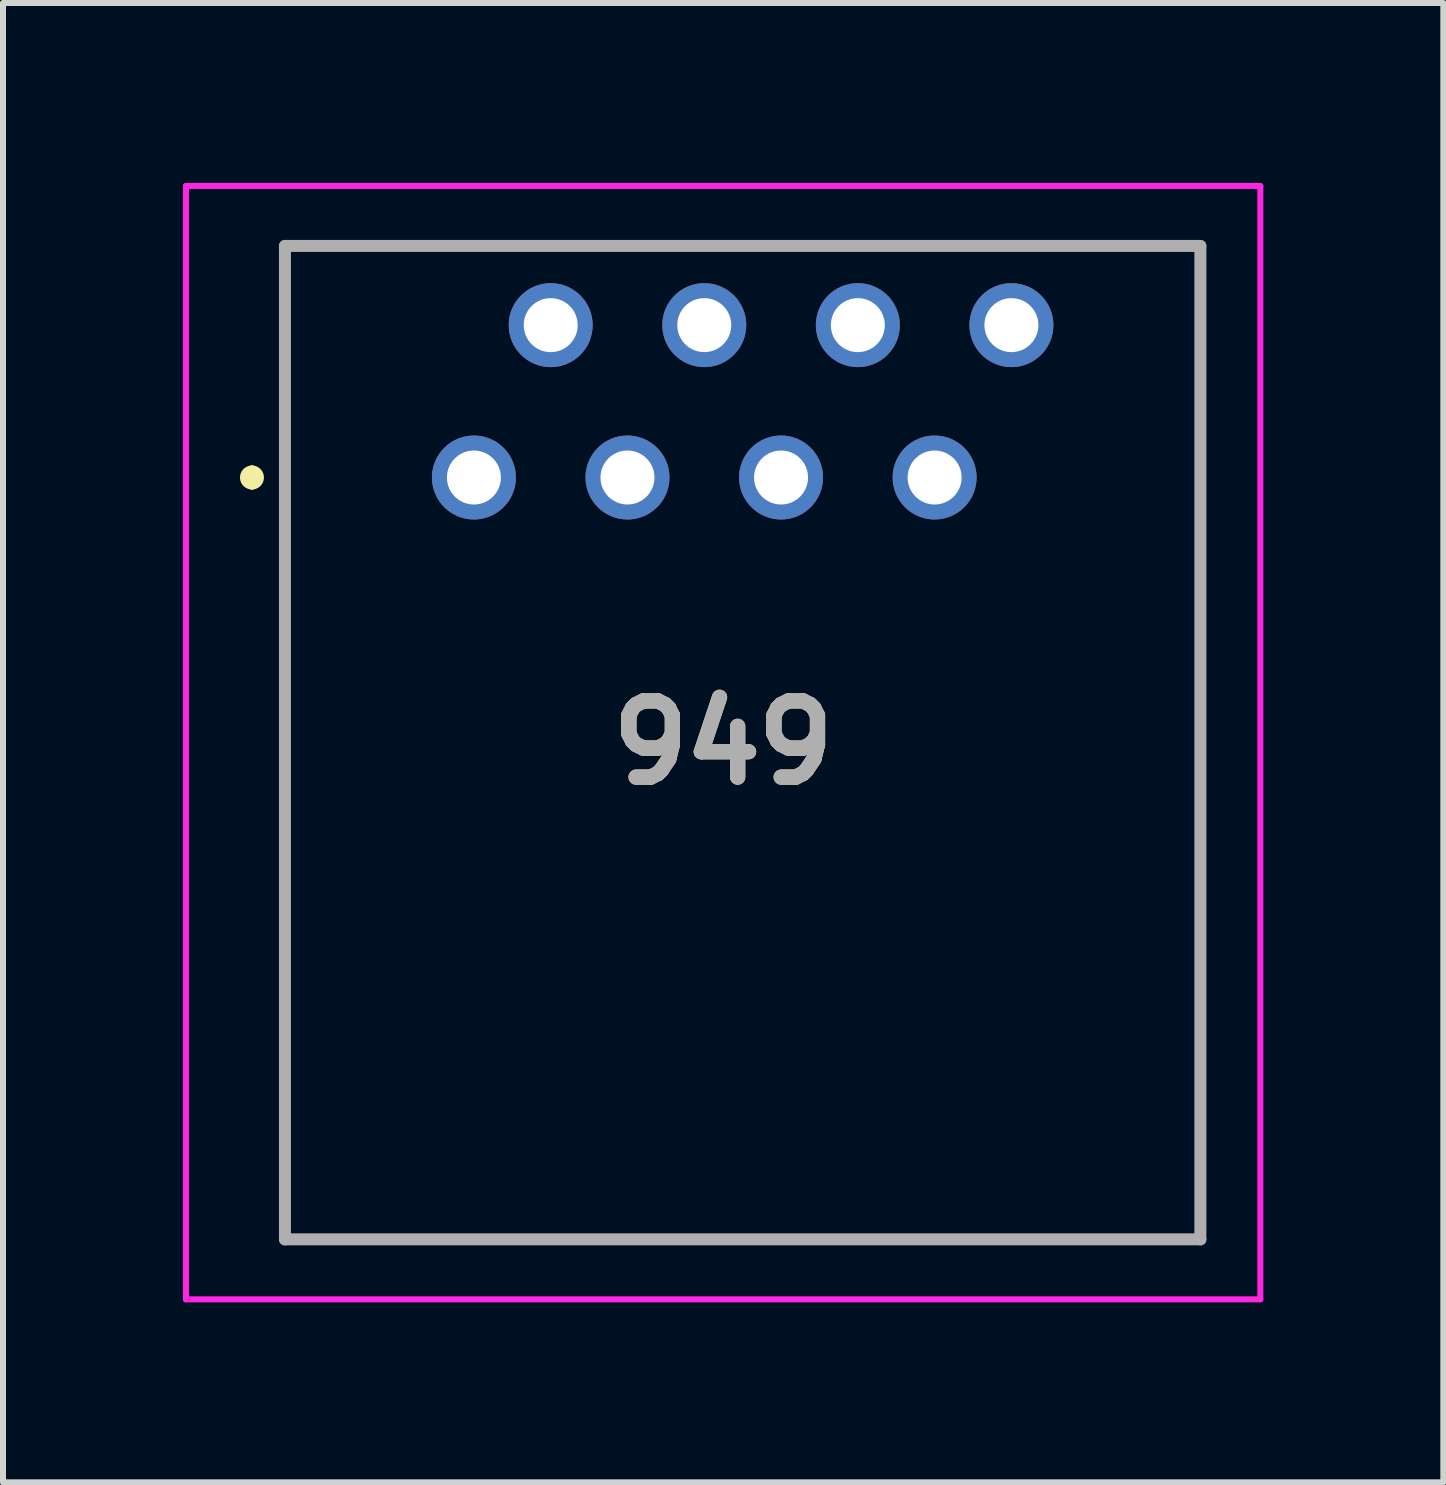
<source format=kicad_pcb>
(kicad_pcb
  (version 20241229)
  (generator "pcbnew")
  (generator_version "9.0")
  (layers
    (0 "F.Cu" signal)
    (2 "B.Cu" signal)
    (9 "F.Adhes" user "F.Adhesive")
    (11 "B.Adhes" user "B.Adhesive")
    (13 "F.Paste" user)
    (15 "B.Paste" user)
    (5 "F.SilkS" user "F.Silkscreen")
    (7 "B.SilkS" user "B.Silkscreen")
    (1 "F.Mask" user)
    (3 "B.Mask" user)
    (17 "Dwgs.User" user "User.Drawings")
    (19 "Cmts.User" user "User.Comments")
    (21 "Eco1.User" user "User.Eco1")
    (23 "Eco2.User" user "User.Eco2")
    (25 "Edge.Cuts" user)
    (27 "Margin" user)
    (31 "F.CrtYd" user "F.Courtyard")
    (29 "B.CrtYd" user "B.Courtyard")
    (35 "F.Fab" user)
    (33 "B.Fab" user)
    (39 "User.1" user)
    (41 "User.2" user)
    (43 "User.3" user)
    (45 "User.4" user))
  (footprint "949"
    (layer "F.Cu")
    (at 4.85 4.91)
    (property "Reference" "949" (at 4.155 4.42 0) (layer "F.SilkS") (effects (font (size 1.27 1.27) (thickness 0.254))))
    (attr through_hole)
    (fp_line (start -3.7 -0.1) (end -3.7 -0.1) (stroke (width 0.2) (type solid)) (layer "F.SilkS"))
    (fp_line (start -3.7 0.1) (end -3.7 0.1) (stroke (width 0.2) (type solid)) (layer "F.SilkS"))
    (fp_line (start -3.15 -3.86) (end 12.11 -3.86) (stroke (width 0.1) (type solid)) (layer "F.SilkS"))
    (fp_line (start -3.15 12.7) (end -3.15 -3.86) (stroke (width 0.1) (type solid)) (layer "F.SilkS"))
    (fp_line (start 12.11 -3.86) (end 12.11 12.7) (stroke (width 0.1) (type solid)) (layer "F.SilkS"))
    (fp_line (start 12.11 12.7) (end -3.15 12.7) (stroke (width 0.1) (type solid)) (layer "F.SilkS"))
    (fp_arc (start -3.7 -0.1) (mid -3.6 0) (end -3.7 0.1) (stroke (width 0.2) (type solid)) (layer "F.SilkS"))
    (fp_arc (start -3.7 0.1) (mid -3.8 0) (end -3.7 -0.1) (stroke (width 0.2) (type solid)) (layer "F.SilkS"))
    (fp_line (start -4.8 -4.86) (end 13.11 -4.86) (stroke (width 0.1) (type solid)) (layer "F.CrtYd"))
    (fp_line (start -4.8 13.7) (end -4.8 -4.86) (stroke (width 0.1) (type solid)) (layer "F.CrtYd"))
    (fp_line (start 13.11 -4.86) (end 13.11 13.7) (stroke (width 0.1) (type solid)) (layer "F.CrtYd"))
    (fp_line (start 13.11 13.7) (end -4.8 13.7) (stroke (width 0.1) (type solid)) (layer "F.CrtYd"))
    (fp_line (start -3.15 -3.86) (end 12.11 -3.86) (stroke (width 0.2) (type solid)) (layer "F.Fab"))
    (fp_line (start -3.15 12.7) (end -3.15 -3.86) (stroke (width 0.2) (type solid)) (layer "F.Fab"))
    (fp_line (start 12.11 -3.86) (end 12.11 12.7) (stroke (width 0.2) (type solid)) (layer "F.Fab"))
    (fp_line (start 12.11 12.7) (end -3.15 12.7) (stroke (width 0.2) (type solid)) (layer "F.Fab"))
    (fp_text user "${REFERENCE}" (at 4.155 4.42 0) (layer "F.Fab") (effects (font (size 1.27 1.27) (thickness 0.254))))
    (pad "" np_thru_hole circle (at -1.235 6.35) (size 0.001 0.001) (drill 3.25) (layers "*.Cu" "*.Mask"))
    (pad "" np_thru_hole circle (at 10.195 6.35) (size 0.001 0.001) (drill 3.25) (layers "*.Cu" "*.Mask"))
    (pad "1" thru_hole circle (at 0 0) (size 1.4 1.4) (drill 0.9) (layers "*.Cu" "*.Mask"))
    (pad "2" thru_hole circle (at 1.28 -2.54) (size 1.4 1.4) (drill 0.9) (layers "*.Cu" "*.Mask"))
    (pad "3" thru_hole circle (at 2.56 0) (size 1.4 1.4) (drill 0.9) (layers "*.Cu" "*.Mask"))
    (pad "4" thru_hole circle (at 3.84 -2.54) (size 1.4 1.4) (drill 0.9) (layers "*.Cu" "*.Mask"))
    (pad "5" thru_hole circle (at 5.12 0) (size 1.4 1.4) (drill 0.9) (layers "*.Cu" "*.Mask"))
    (pad "6" thru_hole circle (at 6.4 -2.54) (size 1.4 1.4) (drill 0.9) (layers "*.Cu" "*.Mask"))
    (pad "7" thru_hole circle (at 7.68 0) (size 1.4 1.4) (drill 0.9) (layers "*.Cu" "*.Mask"))
    (pad "8" thru_hole circle (at 8.96 -2.54) (size 1.4 1.4) (drill 0.9) (layers "*.Cu" "*.Mask")))
  (gr_rect
    (start -3 -3)
    (end 21.01 21.66)
    (stroke (width 0.1) (type default))
    (fill no)
    (layer "Edge.Cuts")))
</source>
